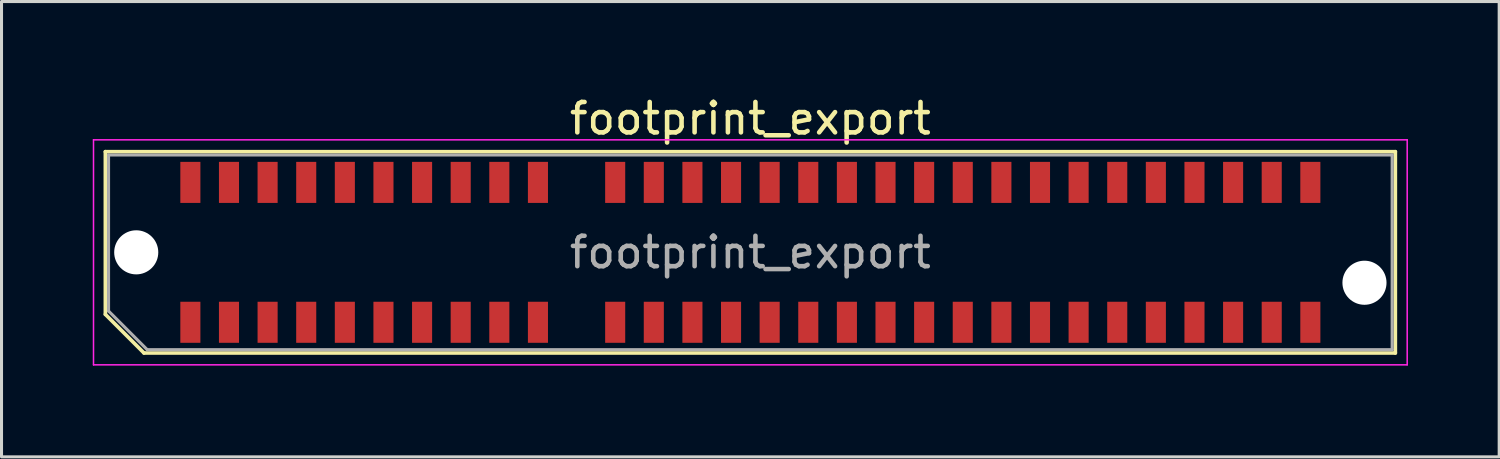
<source format=kicad_pcb>
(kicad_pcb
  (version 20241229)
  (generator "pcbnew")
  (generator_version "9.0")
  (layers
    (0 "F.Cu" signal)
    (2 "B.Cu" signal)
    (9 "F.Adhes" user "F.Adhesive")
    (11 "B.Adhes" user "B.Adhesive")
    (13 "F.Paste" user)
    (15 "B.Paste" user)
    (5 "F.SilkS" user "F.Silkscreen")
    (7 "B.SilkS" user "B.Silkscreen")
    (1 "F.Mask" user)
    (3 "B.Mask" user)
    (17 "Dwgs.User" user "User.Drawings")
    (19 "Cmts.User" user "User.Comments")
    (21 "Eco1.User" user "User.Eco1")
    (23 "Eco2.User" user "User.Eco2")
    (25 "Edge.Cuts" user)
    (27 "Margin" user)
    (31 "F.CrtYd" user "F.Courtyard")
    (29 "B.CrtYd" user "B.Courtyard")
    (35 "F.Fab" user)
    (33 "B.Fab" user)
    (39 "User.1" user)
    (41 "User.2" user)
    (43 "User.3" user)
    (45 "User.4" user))
  (footprint "footprint_export"
    (layer "F.Cu")
    (at 21.625 5.248)
    (property "Reference" "footprint_export" (at 0 -4.4 0) (layer "F.SilkS") (effects (font (size 1 1) (thickness 0.15))))
    (attr smd)
    (fp_line (start -21.21 -3.31) (end 21.21 -3.31) (stroke (width 0.12) (type solid)) (layer "F.SilkS"))
    (fp_line (start -21.21 2.04) (end -21.21 -3.31) (stroke (width 0.12) (type solid)) (layer "F.SilkS"))
    (fp_line (start -19.94 3.31) (end -21.21 2.04) (stroke (width 0.12) (type solid)) (layer "F.SilkS"))
    (fp_line (start -19.94 3.31) (end 21.21 3.31) (stroke (width 0.12) (type solid)) (layer "F.SilkS"))
    (fp_line (start 21.21 3.31) (end 21.21 -3.31) (stroke (width 0.12) (type solid)) (layer "F.SilkS"))
    (fp_line (start -21.6 -3.7) (end -21.6 3.7) (stroke (width 0.05) (type solid)) (layer "F.CrtYd"))
    (fp_line (start -21.6 3.7) (end 21.6 3.7) (stroke (width 0.05) (type solid)) (layer "F.CrtYd"))
    (fp_line (start 21.6 -3.7) (end -21.6 -3.7) (stroke (width 0.05) (type solid)) (layer "F.CrtYd"))
    (fp_line (start 21.6 3.7) (end 21.6 -3.7) (stroke (width 0.05) (type solid)) (layer "F.CrtYd"))
    (fp_line (start -21.105 -3.2) (end 21.105 -3.2) (stroke (width 0.1) (type solid)) (layer "F.Fab"))
    (fp_line (start -21.105 1.93) (end -21.105 -3.2) (stroke (width 0.1) (type solid)) (layer "F.Fab"))
    (fp_line (start -21.105 1.93) (end -19.835 3.2) (stroke (width 0.1) (type solid)) (layer "F.Fab"))
    (fp_line (start -19.835 3.2) (end 21.105 3.2) (stroke (width 0.1) (type solid)) (layer "F.Fab"))
    (fp_line (start 21.105 3.2) (end 21.105 -3.2) (stroke (width 0.1) (type solid)) (layer "F.Fab"))
    (fp_text user "${REFERENCE}" (at 0 0 0) (layer "F.Fab") (effects (font (size 1 1) (thickness 0.15))))
    (pad "" np_thru_hole circle (at -20.195 0) (size 1.45 1.45) (drill 1.45) (layers "*.Cu" "*.Mask"))
    (pad "" np_thru_hole circle (at 20.195 1) (size 1.45 1.45) (drill 1.45) (layers "*.Cu" "*.Mask"))
    (pad "1" smd rect (at -18.415 2.3) (size 0.66 1.35) (layers "F.Cu" "F.Mask" "F.Paste"))
    (pad "2" smd rect (at -18.415 -2.3) (size 0.66 1.35) (layers "F.Cu" "F.Mask" "F.Paste"))
    (pad "3" smd rect (at -17.145 2.3) (size 0.66 1.35) (layers "F.Cu" "F.Mask" "F.Paste"))
    (pad "4" smd rect (at -17.145 -2.3) (size 0.66 1.35) (layers "F.Cu" "F.Mask" "F.Paste"))
    (pad "5" smd rect (at -15.875 2.3) (size 0.66 1.35) (layers "F.Cu" "F.Mask" "F.Paste"))
    (pad "6" smd rect (at -15.875 -2.3) (size 0.66 1.35) (layers "F.Cu" "F.Mask" "F.Paste"))
    (pad "7" smd rect (at -14.605 2.3) (size 0.66 1.35) (layers "F.Cu" "F.Mask" "F.Paste"))
    (pad "8" smd rect (at -14.605 -2.3) (size 0.66 1.35) (layers "F.Cu" "F.Mask" "F.Paste"))
    (pad "9" smd rect (at -13.335 2.3) (size 0.66 1.35) (layers "F.Cu" "F.Mask" "F.Paste"))
    (pad "10" smd rect (at -13.335 -2.3) (size 0.66 1.35) (layers "F.Cu" "F.Mask" "F.Paste"))
    (pad "11" smd rect (at -12.065 2.3) (size 0.66 1.35) (layers "F.Cu" "F.Mask" "F.Paste"))
    (pad "12" smd rect (at -12.065 -2.3) (size 0.66 1.35) (layers "F.Cu" "F.Mask" "F.Paste"))
    (pad "13" smd rect (at -10.795 2.3) (size 0.66 1.35) (layers "F.Cu" "F.Mask" "F.Paste"))
    (pad "14" smd rect (at -10.795 -2.3) (size 0.66 1.35) (layers "F.Cu" "F.Mask" "F.Paste"))
    (pad "15" smd rect (at -9.525 2.3) (size 0.66 1.35) (layers "F.Cu" "F.Mask" "F.Paste"))
    (pad "16" smd rect (at -9.525 -2.3) (size 0.66 1.35) (layers "F.Cu" "F.Mask" "F.Paste"))
    (pad "17" smd rect (at -8.255 2.3) (size 0.66 1.35) (layers "F.Cu" "F.Mask" "F.Paste"))
    (pad "18" smd rect (at -8.255 -2.3) (size 0.66 1.35) (layers "F.Cu" "F.Mask" "F.Paste"))
    (pad "19" smd rect (at -6.985 2.3) (size 0.66 1.35) (layers "F.Cu" "F.Mask" "F.Paste"))
    (pad "20" smd rect (at -6.985 -2.3) (size 0.66 1.35) (layers "F.Cu" "F.Mask" "F.Paste"))
    (pad "23" smd rect (at -4.445 2.3) (size 0.66 1.35) (layers "F.Cu" "F.Mask" "F.Paste"))
    (pad "24" smd rect (at -4.445 -2.3) (size 0.66 1.35) (layers "F.Cu" "F.Mask" "F.Paste"))
    (pad "25" smd rect (at -3.175 2.3) (size 0.66 1.35) (layers "F.Cu" "F.Mask" "F.Paste"))
    (pad "26" smd rect (at -3.175 -2.3) (size 0.66 1.35) (layers "F.Cu" "F.Mask" "F.Paste"))
    (pad "27" smd rect (at -1.905 2.3) (size 0.66 1.35) (layers "F.Cu" "F.Mask" "F.Paste"))
    (pad "28" smd rect (at -1.905 -2.3) (size 0.66 1.35) (layers "F.Cu" "F.Mask" "F.Paste"))
    (pad "29" smd rect (at -0.635 2.3) (size 0.66 1.35) (layers "F.Cu" "F.Mask" "F.Paste"))
    (pad "30" smd rect (at -0.635 -2.3) (size 0.66 1.35) (layers "F.Cu" "F.Mask" "F.Paste"))
    (pad "31" smd rect (at 0.635 2.3) (size 0.66 1.35) (layers "F.Cu" "F.Mask" "F.Paste"))
    (pad "32" smd rect (at 0.635 -2.3) (size 0.66 1.35) (layers "F.Cu" "F.Mask" "F.Paste"))
    (pad "33" smd rect (at 1.905 2.3) (size 0.66 1.35) (layers "F.Cu" "F.Mask" "F.Paste"))
    (pad "34" smd rect (at 1.905 -2.3) (size 0.66 1.35) (layers "F.Cu" "F.Mask" "F.Paste"))
    (pad "35" smd rect (at 3.175 2.3) (size 0.66 1.35) (layers "F.Cu" "F.Mask" "F.Paste"))
    (pad "36" smd rect (at 3.175 -2.3) (size 0.66 1.35) (layers "F.Cu" "F.Mask" "F.Paste"))
    (pad "37" smd rect (at 4.445 2.3) (size 0.66 1.35) (layers "F.Cu" "F.Mask" "F.Paste"))
    (pad "38" smd rect (at 4.445 -2.3) (size 0.66 1.35) (layers "F.Cu" "F.Mask" "F.Paste"))
    (pad "39" smd rect (at 5.715 2.3) (size 0.66 1.35) (layers "F.Cu" "F.Mask" "F.Paste"))
    (pad "40" smd rect (at 5.715 -2.3) (size 0.66 1.35) (layers "F.Cu" "F.Mask" "F.Paste"))
    (pad "41" smd rect (at 6.985 2.3) (size 0.66 1.35) (layers "F.Cu" "F.Mask" "F.Paste"))
    (pad "42" smd rect (at 6.985 -2.3) (size 0.66 1.35) (layers "F.Cu" "F.Mask" "F.Paste"))
    (pad "43" smd rect (at 8.255 2.3) (size 0.66 1.35) (layers "F.Cu" "F.Mask" "F.Paste"))
    (pad "44" smd rect (at 8.255 -2.3) (size 0.66 1.35) (layers "F.Cu" "F.Mask" "F.Paste"))
    (pad "45" smd rect (at 9.525 2.3) (size 0.66 1.35) (layers "F.Cu" "F.Mask" "F.Paste"))
    (pad "46" smd rect (at 9.525 -2.3) (size 0.66 1.35) (layers "F.Cu" "F.Mask" "F.Paste"))
    (pad "47" smd rect (at 10.795 2.3) (size 0.66 1.35) (layers "F.Cu" "F.Mask" "F.Paste"))
    (pad "48" smd rect (at 10.795 -2.3) (size 0.66 1.35) (layers "F.Cu" "F.Mask" "F.Paste"))
    (pad "49" smd rect (at 12.065 2.3) (size 0.66 1.35) (layers "F.Cu" "F.Mask" "F.Paste"))
    (pad "50" smd rect (at 12.065 -2.3) (size 0.66 1.35) (layers "F.Cu" "F.Mask" "F.Paste"))
    (pad "51" smd rect (at 13.335 2.3) (size 0.66 1.35) (layers "F.Cu" "F.Mask" "F.Paste"))
    (pad "52" smd rect (at 13.335 -2.3) (size 0.66 1.35) (layers "F.Cu" "F.Mask" "F.Paste"))
    (pad "53" smd rect (at 14.605 2.3) (size 0.66 1.35) (layers "F.Cu" "F.Mask" "F.Paste"))
    (pad "54" smd rect (at 14.605 -2.3) (size 0.66 1.35) (layers "F.Cu" "F.Mask" "F.Paste"))
    (pad "55" smd rect (at 15.875 2.3) (size 0.66 1.35) (layers "F.Cu" "F.Mask" "F.Paste"))
    (pad "56" smd rect (at 15.875 -2.3) (size 0.66 1.35) (layers "F.Cu" "F.Mask" "F.Paste"))
    (pad "57" smd rect (at 17.145 2.3) (size 0.66 1.35) (layers "F.Cu" "F.Mask" "F.Paste"))
    (pad "58" smd rect (at 17.145 -2.3) (size 0.66 1.35) (layers "F.Cu" "F.Mask" "F.Paste"))
    (pad "59" smd rect (at 18.415 2.3) (size 0.66 1.35) (layers "F.Cu" "F.Mask" "F.Paste"))
    (pad "60" smd rect (at 18.415 -2.3) (size 0.66 1.35) (layers "F.Cu" "F.Mask" "F.Paste")))
  (gr_rect
    (start -3 -3)
    (end 46.25 11.973)
    (stroke (width 0.1) (type default))
    (fill no)
    (layer "Edge.Cuts")))
</source>
